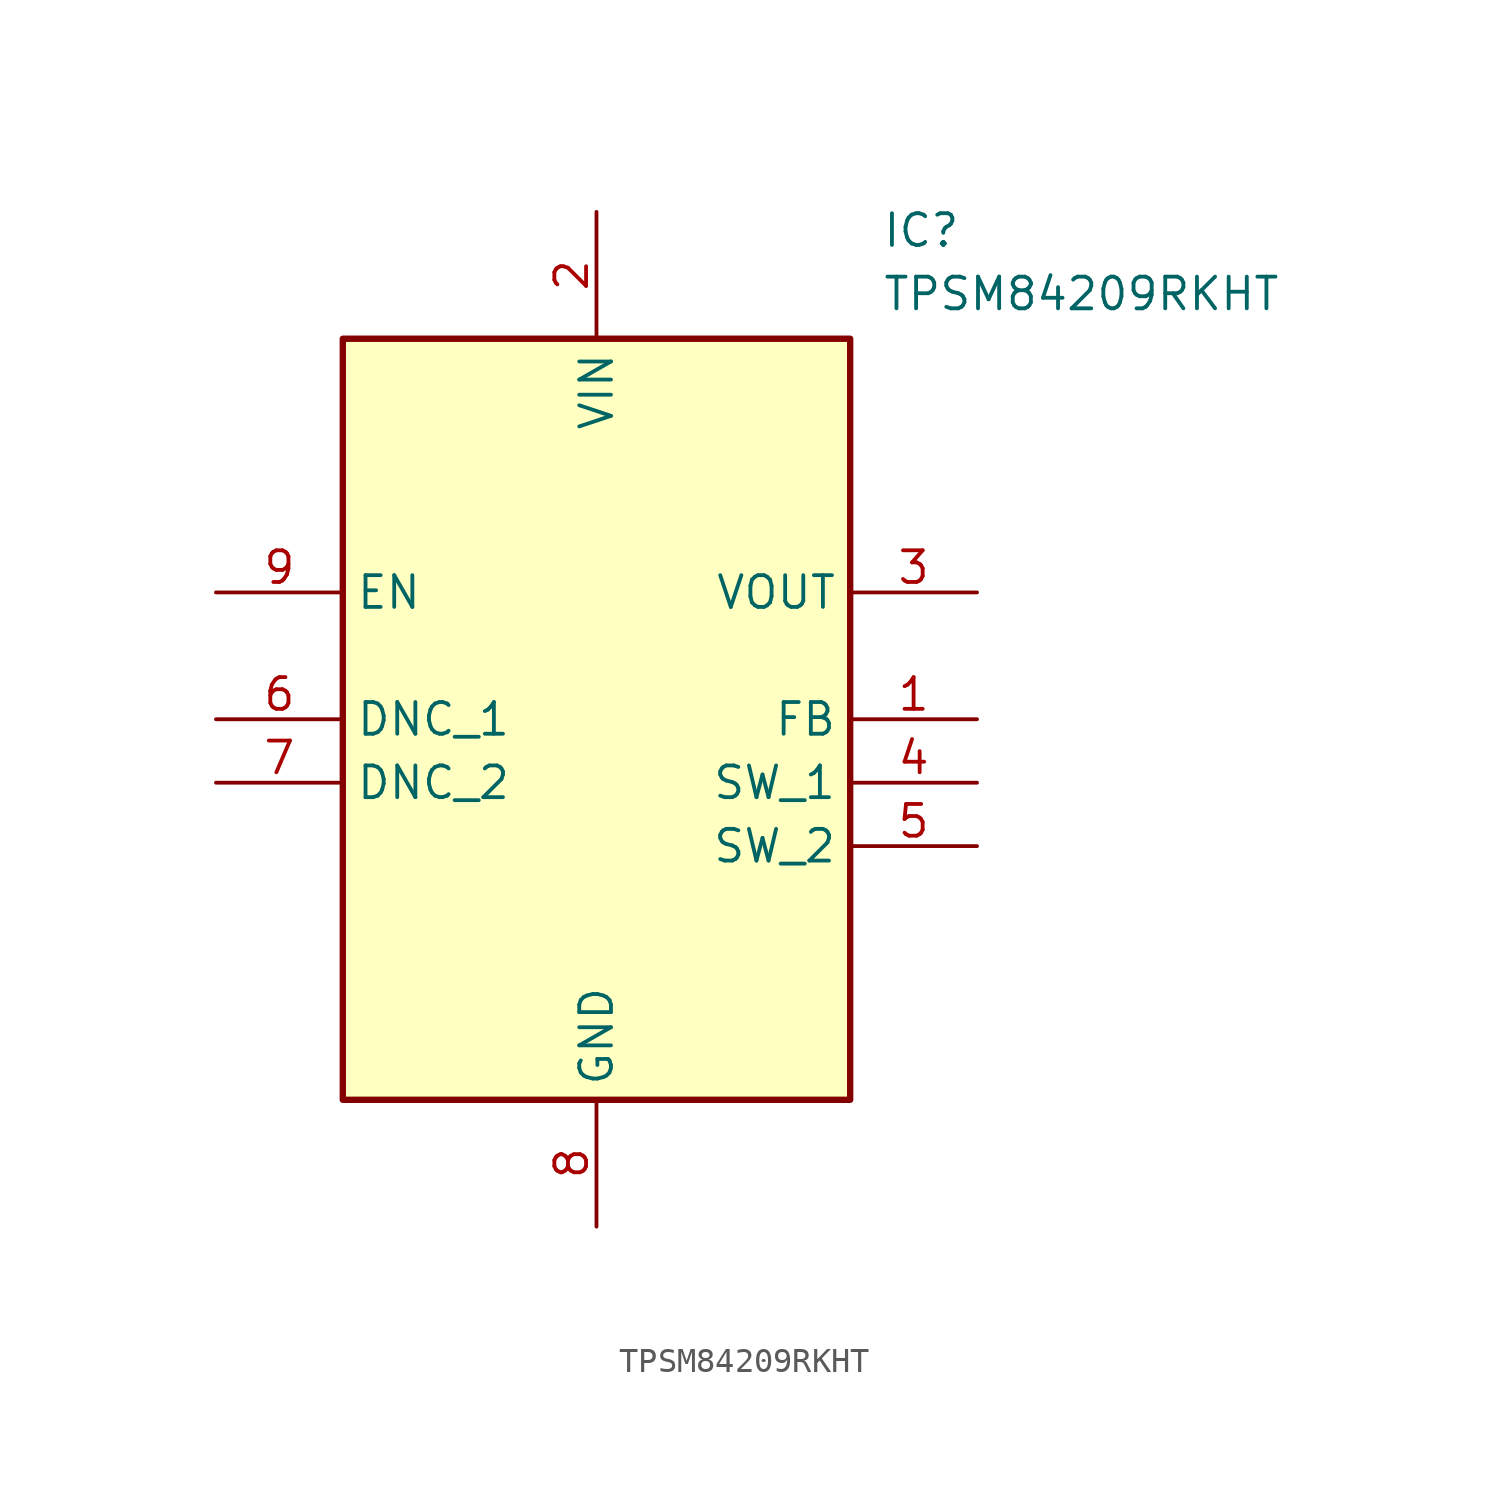
<source format=kicad_sym>
(kicad_symbol_lib
  (version 20211014)
  (generator SamacSys_ECAD_Model)
  (symbol "TPSM84209RKHT"
    (property "Reference" "IC"
      (at 26.67 15.24 0)
      (effects (font (size 1.27 1.27)) (justify left top)))
    (property "Value" "TPSM84209RKHT"
      (at 26.67 12.7 0)
      (effects (font (size 1.27 1.27)) (justify left top)))
    (rectangle
      (start 5.08 10.16)
      (end 25.4 -20.32)
      (stroke (width 0.254) (type default))
      (fill (type background)))
    (pin passive line
      (at 30.48 -5.08 180)
      (length 5.08)
      (name "FB" (effects (font (size 1.27 1.27))))
      (number "1" (effects (font (size 1.27 1.27)))))
    (pin passive line
      (at 15.24 15.24 270)
      (length 5.08)
      (name "VIN" (effects (font (size 1.27 1.27))))
      (number "2" (effects (font (size 1.27 1.27)))))
    (pin passive line
      (at 30.48 0 180)
      (length 5.08)
      (name "VOUT" (effects (font (size 1.27 1.27))))
      (number "3" (effects (font (size 1.27 1.27)))))
    (pin passive line
      (at 30.48 -7.62 180)
      (length 5.08)
      (name "SW_1" (effects (font (size 1.27 1.27))))
      (number "4" (effects (font (size 1.27 1.27)))))
    (pin passive line
      (at 30.48 -10.16 180)
      (length 5.08)
      (name "SW_2" (effects (font (size 1.27 1.27))))
      (number "5" (effects (font (size 1.27 1.27)))))
    (pin passive line
      (at 0 -5.08 0)
      (length 5.08)
      (name "DNC_1" (effects (font (size 1.27 1.27))))
      (number "6" (effects (font (size 1.27 1.27)))))
    (pin passive line
      (at 0 -7.62 0)
      (length 5.08)
      (name "DNC_2" (effects (font (size 1.27 1.27))))
      (number "7" (effects (font (size 1.27 1.27)))))
    (pin passive line
      (at 15.24 -25.4 90)
      (length 5.08)
      (name "GND" (effects (font (size 1.27 1.27))))
      (number "8" (effects (font (size 1.27 1.27)))))
    (pin passive line
      (at 0 0 0)
      (length 5.08)
      (name "EN" (effects (font (size 1.27 1.27))))
      (number "9" (effects (font (size 1.27 1.27)))))))
</source>
